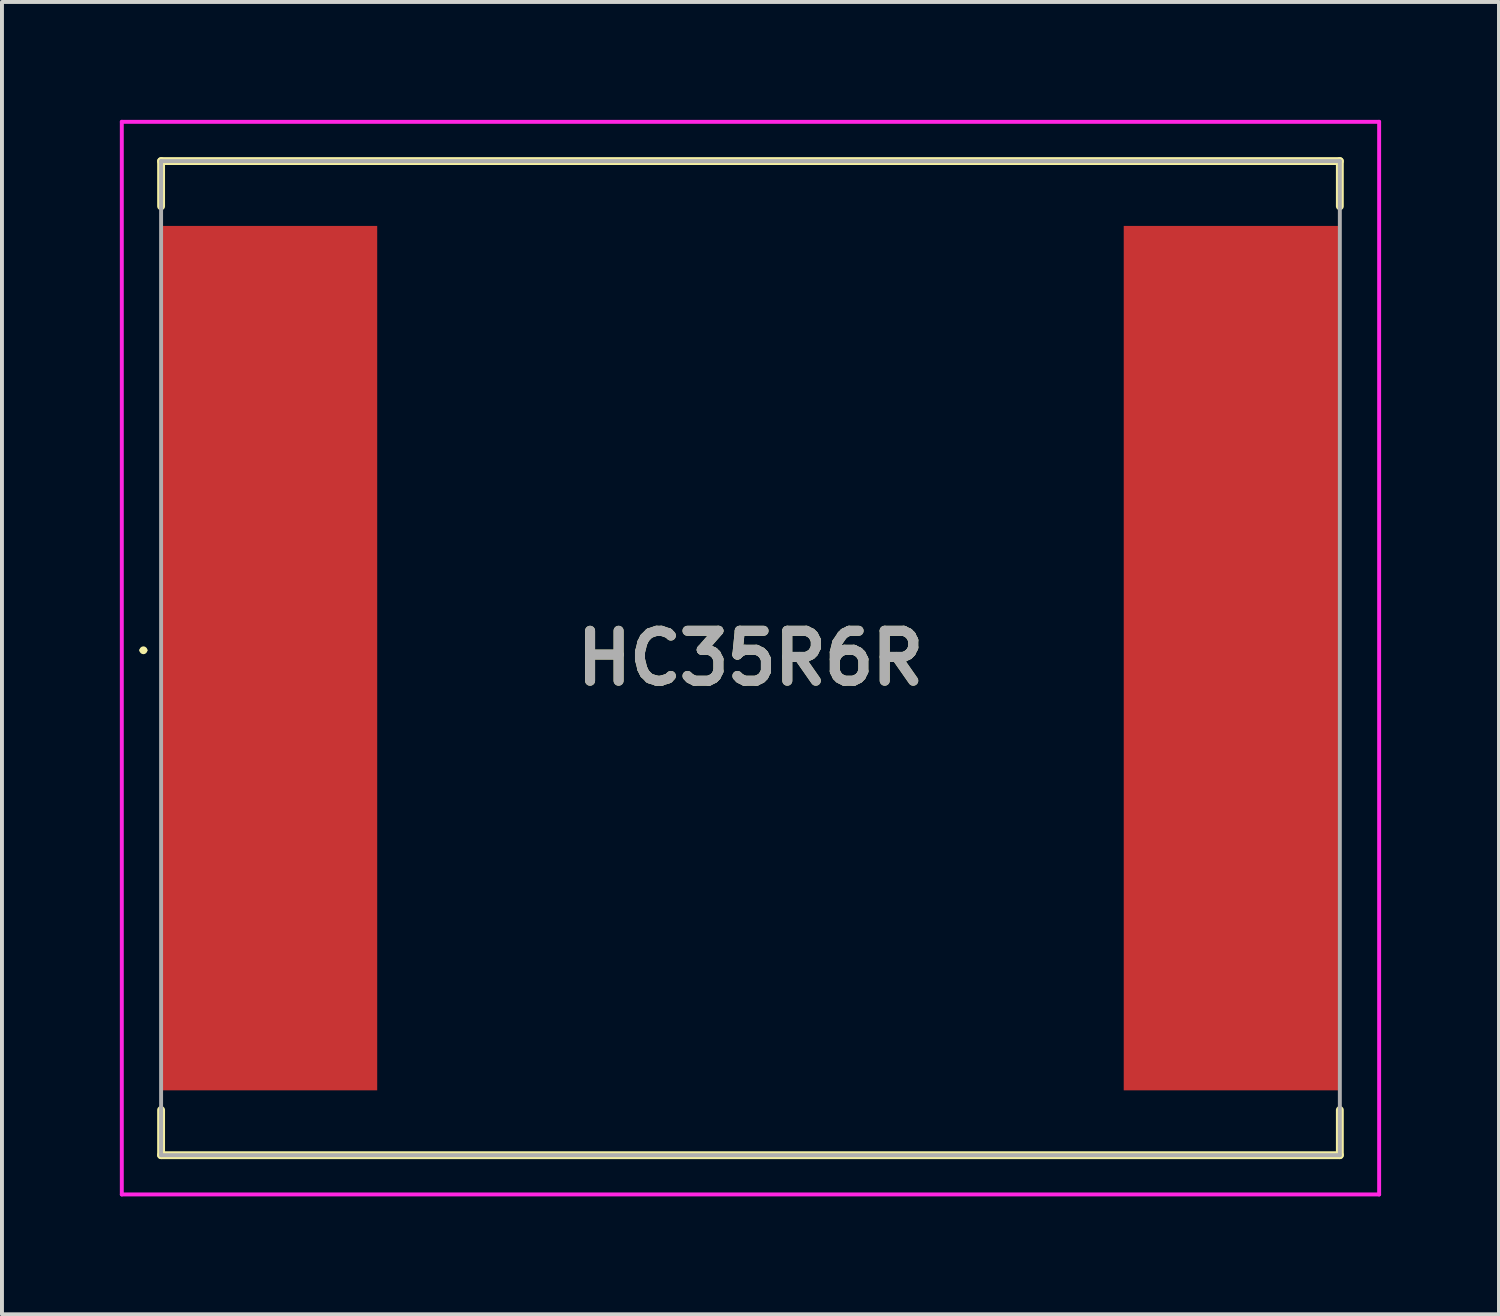
<source format=kicad_pcb>
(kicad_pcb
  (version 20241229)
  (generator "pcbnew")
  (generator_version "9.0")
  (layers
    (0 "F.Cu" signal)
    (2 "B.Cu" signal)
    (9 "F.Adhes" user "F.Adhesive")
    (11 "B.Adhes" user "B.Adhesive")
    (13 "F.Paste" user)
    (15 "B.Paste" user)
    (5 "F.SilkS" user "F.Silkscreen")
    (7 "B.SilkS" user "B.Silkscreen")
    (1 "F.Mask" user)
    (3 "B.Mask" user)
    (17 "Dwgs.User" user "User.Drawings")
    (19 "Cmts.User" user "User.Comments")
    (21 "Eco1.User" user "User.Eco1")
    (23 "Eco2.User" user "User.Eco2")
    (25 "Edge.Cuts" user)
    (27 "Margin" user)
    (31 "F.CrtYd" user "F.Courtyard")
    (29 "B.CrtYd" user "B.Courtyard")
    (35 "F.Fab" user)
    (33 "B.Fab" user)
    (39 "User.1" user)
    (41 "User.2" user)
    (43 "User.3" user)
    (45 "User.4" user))
  (footprint "HC35R6R"
    (layer "F.Cu")
    (at 16.05 13.7)
    (property "Reference" "HC35R6R" (at 0 0 0) (layer "F.SilkS") (effects (font (size 1.27 1.27) (thickness 0.254))))
    (attr smd)
    (fp_line (start -15.5 -0.2) (end -15.5 -0.2) (stroke (width 0.1) (type solid)) (layer "F.SilkS"))
    (fp_line (start -15.4 -0.2) (end -15.4 -0.2) (stroke (width 0.1) (type solid)) (layer "F.SilkS"))
    (fp_line (start -15 -12.65) (end 15 -12.65) (stroke (width 0.2) (type solid)) (layer "F.SilkS"))
    (fp_line (start -15 -11.5) (end -15 -12.65) (stroke (width 0.2) (type solid)) (layer "F.SilkS"))
    (fp_line (start -15 11.5) (end -15 12.65) (stroke (width 0.2) (type solid)) (layer "F.SilkS"))
    (fp_line (start -15 12.65) (end 15 12.65) (stroke (width 0.2) (type solid)) (layer "F.SilkS"))
    (fp_line (start 15 -12.65) (end 15 -11.5) (stroke (width 0.2) (type solid)) (layer "F.SilkS"))
    (fp_line (start 15 12.65) (end 15 11.5) (stroke (width 0.2) (type solid)) (layer "F.SilkS"))
    (fp_arc (start -15.5 -0.2) (mid -15.45 -0.25) (end -15.4 -0.2) (stroke (width 0.1) (type solid)) (layer "F.SilkS"))
    (fp_arc (start -15.4 -0.2) (mid -15.45 -0.15) (end -15.5 -0.2) (stroke (width 0.1) (type solid)) (layer "F.SilkS"))
    (fp_line (start -16 -13.65) (end 16 -13.65) (stroke (width 0.1) (type solid)) (layer "F.CrtYd"))
    (fp_line (start -16 13.65) (end -16 -13.65) (stroke (width 0.1) (type solid)) (layer "F.CrtYd"))
    (fp_line (start 16 -13.65) (end 16 13.65) (stroke (width 0.1) (type solid)) (layer "F.CrtYd"))
    (fp_line (start 16 13.65) (end -16 13.65) (stroke (width 0.1) (type solid)) (layer "F.CrtYd"))
    (fp_line (start -15 -12.65) (end 15 -12.65) (stroke (width 0.1) (type solid)) (layer "F.Fab"))
    (fp_line (start -15 12.65) (end -15 -12.65) (stroke (width 0.1) (type solid)) (layer "F.Fab"))
    (fp_line (start 15 -12.65) (end 15 12.65) (stroke (width 0.1) (type solid)) (layer "F.Fab"))
    (fp_line (start 15 12.65) (end -15 12.65) (stroke (width 0.1) (type solid)) (layer "F.Fab"))
    (fp_text user "${REFERENCE}" (at 0 0 0) (layer "F.Fab") (effects (font (size 1.27 1.27) (thickness 0.254))))
    (pad "1" smd rect (at -12.25 0) (size 5.5 22) (layers "F.Cu" "F.Mask" "F.Paste"))
    (pad "2" smd rect (at 12.25 0) (size 5.5 22) (layers "F.Cu" "F.Mask" "F.Paste")))
  (gr_rect
    (start -3 -3)
    (end 35.1 30.4)
    (stroke (width 0.1) (type default))
    (fill no)
    (layer "Edge.Cuts")))
</source>
